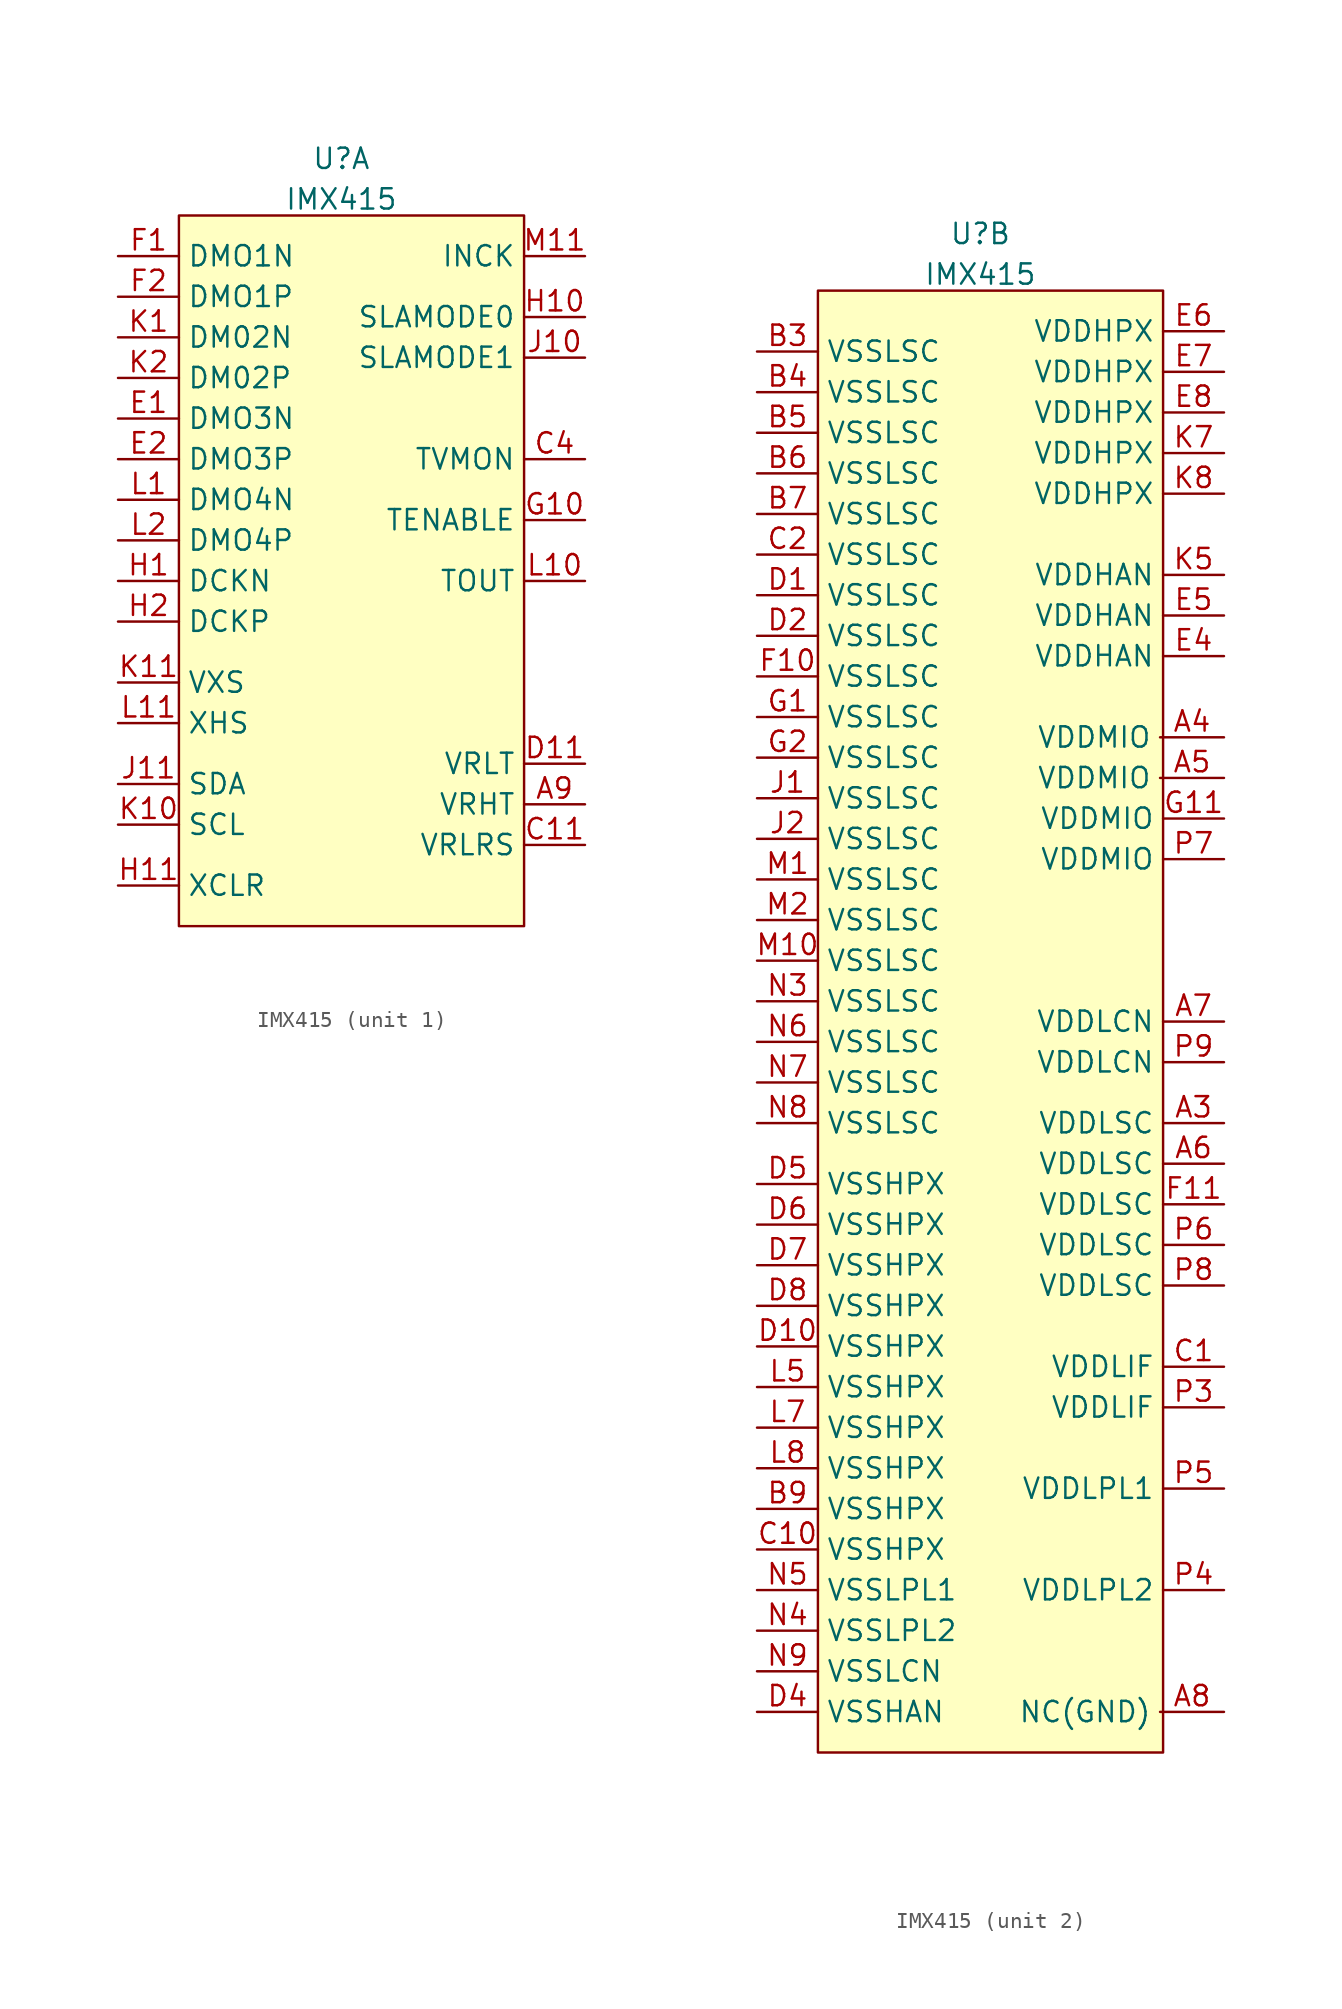
<source format=kicad_sym>
(kicad_symbol_lib
  (version 20241209)
  (generator "kicad_symbol_editor")
  (generator_version "9.0")
  (symbol "IMX415"
    (property "Reference" "U"
      (at 0 3.556 0)
      (effects (font (size 1.27 1.27))))
    (property "Value" "IMX415"
      (at 0 1.016 0)
      (effects (font (size 1.27 1.27))))
    (property "ki_locked" ""
      (at 0 0 0)
      (effects (font (size 1.27 1.27))))
    (symbol "IMX415_1_1"
      (rectangle (start -10.16 0) (end 11.43 -44.45) (stroke (width 0) (type solid)) (fill (type background)))
      (pin bidirectional line (at -13.97 -2.54 0) (length 3.81) (name "DMO1N" (effects (font (size 1.27 1.27)))) (number "F1" (effects (font (size 1.27 1.27)))))
      (pin bidirectional line (at -13.97 -5.08 0) (length 3.81) (name "DMO1P" (effects (font (size 1.27 1.27)))) (number "F2" (effects (font (size 1.27 1.27)))))
      (pin bidirectional line (at -13.97 -7.62 0) (length 3.81) (name "DM02N" (effects (font (size 1.27 1.27)))) (number "K1" (effects (font (size 1.27 1.27)))))
      (pin bidirectional line (at -13.97 -10.16 0) (length 3.81) (name "DM02P" (effects (font (size 1.27 1.27)))) (number "K2" (effects (font (size 1.27 1.27)))))
      (pin bidirectional line (at -13.97 -12.7 0) (length 3.81) (name "DMO3N" (effects (font (size 1.27 1.27)))) (number "E1" (effects (font (size 1.27 1.27)))))
      (pin bidirectional line (at -13.97 -15.24 0) (length 3.81) (name "DMO3P" (effects (font (size 1.27 1.27)))) (number "E2" (effects (font (size 1.27 1.27)))))
      (pin bidirectional line (at -13.97 -17.78 0) (length 3.81) (name "DMO4N" (effects (font (size 1.27 1.27)))) (number "L1" (effects (font (size 1.27 1.27)))))
      (pin bidirectional line (at -13.97 -20.32 0) (length 3.81) (name "DMO4P" (effects (font (size 1.27 1.27)))) (number "L2" (effects (font (size 1.27 1.27)))))
      (pin bidirectional line (at -13.97 -22.86 0) (length 3.81) (name "DCKN" (effects (font (size 1.27 1.27)))) (number "H1" (effects (font (size 1.27 1.27)))))
      (pin bidirectional line (at -13.97 -25.4 0) (length 3.81) (name "DCKP" (effects (font (size 1.27 1.27)))) (number "H2" (effects (font (size 1.27 1.27)))))
      (pin bidirectional line (at -13.97 -29.21 0) (length 3.81) (name "VXS" (effects (font (size 1.27 1.27)))) (number "K11" (effects (font (size 1.27 1.27)))))
      (pin bidirectional line (at -13.97 -31.75 0) (length 3.81) (name "XHS" (effects (font (size 1.27 1.27)))) (number "L11" (effects (font (size 1.27 1.27)))))
      (pin bidirectional line (at -13.97 -35.56 0) (length 3.81) (name "SDA" (effects (font (size 1.27 1.27)))) (number "J11" (effects (font (size 1.27 1.27)))))
      (pin passive line (at -13.97 -38.1 0) (length 3.81) (name "SCL" (effects (font (size 1.27 1.27)))) (number "K10" (effects (font (size 1.27 1.27)))))
      (pin input line (at -13.97 -41.91 0) (length 3.81) (name "XCLR" (effects (font (size 1.27 1.27)))) (number "H11" (effects (font (size 1.27 1.27)))))
      (pin input line (at 15.24 -2.54 180) (length 3.81) (name "INCK" (effects (font (size 1.27 1.27)))) (number "M11" (effects (font (size 1.27 1.27)))))
      (pin passive line (at 15.24 -6.35 180) (length 3.81) (name "SLAMODE0" (effects (font (size 1.27 1.27)))) (number "H10" (effects (font (size 1.27 1.27)))))
      (pin passive line (at 15.24 -8.89 180) (length 3.81) (name "SLAMODE1" (effects (font (size 1.27 1.27)))) (number "J10" (effects (font (size 1.27 1.27)))))
      (pin input line (at 15.24 -15.24 180) (length 3.81) (name "TVMON" (effects (font (size 1.27 1.27)))) (number "C4" (effects (font (size 1.27 1.27)))))
      (pin passive line (at 15.24 -19.05 180) (length 3.81) (name "TENABLE" (effects (font (size 1.27 1.27)))) (number "G10" (effects (font (size 1.27 1.27)))))
      (pin output line (at 15.24 -22.86 180) (length 3.81) (name "TOUT" (effects (font (size 1.27 1.27)))) (number "L10" (effects (font (size 1.27 1.27)))))
      (pin input line (at 15.24 -34.29 180) (length 3.81) (name "VRLT" (effects (font (size 1.27 1.27)))) (number "D11" (effects (font (size 1.27 1.27)))))
      (pin passive line (at 15.24 -36.83 180) (length 3.81) (name "VRHT" (effects (font (size 1.27 1.27)))) (number "A9" (effects (font (size 1.27 1.27)))))
      (pin passive line (at 15.24 -39.37 180) (length 3.81) (name "VRLRS" (effects (font (size 1.27 1.27)))) (number "C11" (effects (font (size 1.27 1.27))))))
    (symbol "IMX415_2_1"
      (rectangle (start -10.16 0) (end 11.43 -91.44) (stroke (width 0) (type solid)) (fill (type background)))
      (pin no_connect line (at -13.97 -1.27 0) (length 4) (hide yes) (name "NC" (effects (font (size 1.27 1.27)))) (number "A1" (effects (font (size 1.27 1.27)))))
      (pin no_connect line (at -13.97 -1.27 0) (length 4) (hide yes) (name "NC" (effects (font (size 1.27 1.27)))) (number "A10" (effects (font (size 1.27 1.27)))))
      (pin no_connect line (at -13.97 -1.27 0) (length 4) (hide yes) (name "NC" (effects (font (size 1.27 1.27)))) (number "A11" (effects (font (size 1.27 1.27)))))
      (pin no_connect line (at -13.97 -1.27 0) (length 4) (hide yes) (name "NC" (effects (font (size 1.27 1.27)))) (number "A2" (effects (font (size 1.27 1.27)))))
      (pin no_connect line (at -13.97 -1.27 0) (length 4) (hide yes) (name "NC" (effects (font (size 1.27 1.27)))) (number "B1" (effects (font (size 1.27 1.27)))))
      (pin no_connect line (at -13.97 -1.27 0) (length 4) (hide yes) (name "NC" (effects (font (size 1.27 1.27)))) (number "B10" (effects (font (size 1.27 1.27)))))
      (pin no_connect line (at -13.97 -1.27 0) (length 4) (hide yes) (name "NC" (effects (font (size 1.27 1.27)))) (number "B11" (effects (font (size 1.27 1.27)))))
      (pin no_connect line (at -13.97 -1.27 0) (length 4) (hide yes) (name "NC" (effects (font (size 1.27 1.27)))) (number "B2" (effects (font (size 1.27 1.27)))))
      (pin no_connect line (at -13.97 -1.27 0) (length 4) (hide yes) (name "NC" (effects (font (size 1.27 1.27)))) (number "N1" (effects (font (size 1.27 1.27)))))
      (pin no_connect line (at -13.97 -1.27 0) (length 4) (hide yes) (name "NC" (effects (font (size 1.27 1.27)))) (number "N10" (effects (font (size 1.27 1.27)))))
      (pin no_connect line (at -13.97 -1.27 0) (length 4) (hide yes) (name "NC" (effects (font (size 1.27 1.27)))) (number "N11" (effects (font (size 1.27 1.27)))))
      (pin no_connect line (at -13.97 -1.27 0) (length 4) (hide yes) (name "NC" (effects (font (size 1.27 1.27)))) (number "N2" (effects (font (size 1.27 1.27)))))
      (pin no_connect line (at -13.97 -1.27 0) (length 4) (hide yes) (name "NC" (effects (font (size 1.27 1.27)))) (number "P1" (effects (font (size 1.27 1.27)))))
      (pin no_connect line (at -13.97 -1.27 0) (length 4) (hide yes) (name "NC" (effects (font (size 1.27 1.27)))) (number "P10" (effects (font (size 1.27 1.27)))))
      (pin no_connect line (at -13.97 -1.27 0) (length 4) (hide yes) (name "NC" (effects (font (size 1.27 1.27)))) (number "P11" (effects (font (size 1.27 1.27)))))
      (pin no_connect line (at -13.97 -1.27 0) (length 4) (hide yes) (name "NC" (effects (font (size 1.27 1.27)))) (number "P2" (effects (font (size 1.27 1.27)))))
      (pin passive line (at -13.97 -3.81 0) (length 3.81) (name "VSSLSC" (effects (font (size 1.27 1.27)))) (number "B3" (effects (font (size 1.27 1.27)))))
      (pin passive line (at -13.97 -6.35 0) (length 3.81) (name "VSSLSC" (effects (font (size 1.27 1.27)))) (number "B4" (effects (font (size 1.27 1.27)))))
      (pin passive line (at -13.97 -8.89 0) (length 3.81) (name "VSSLSC" (effects (font (size 1.27 1.27)))) (number "B5" (effects (font (size 1.27 1.27)))))
      (pin passive line (at -13.97 -11.43 0) (length 3.81) (name "VSSLSC" (effects (font (size 1.27 1.27)))) (number "B6" (effects (font (size 1.27 1.27)))))
      (pin passive line (at -13.97 -13.97 0) (length 3.81) (name "VSSLSC" (effects (font (size 1.27 1.27)))) (number "B7" (effects (font (size 1.27 1.27)))))
      (pin passive line (at -13.97 -16.51 0) (length 3.81) (name "VSSLSC" (effects (font (size 1.27 1.27)))) (number "C2" (effects (font (size 1.27 1.27)))))
      (pin passive line (at -13.97 -19.05 0) (length 3.81) (name "VSSLSC" (effects (font (size 1.27 1.27)))) (number "D1" (effects (font (size 1.27 1.27)))))
      (pin passive line (at -13.97 -21.59 0) (length 3.81) (name "VSSLSC" (effects (font (size 1.27 1.27)))) (number "D2" (effects (font (size 1.27 1.27)))))
      (pin passive line (at -13.97 -24.13 0) (length 3.81) (name "VSSLSC" (effects (font (size 1.27 1.27)))) (number "F10" (effects (font (size 1.27 1.27)))))
      (pin passive line (at -13.97 -26.67 0) (length 3.81) (name "VSSLSC" (effects (font (size 1.27 1.27)))) (number "G1" (effects (font (size 1.27 1.27)))))
      (pin passive line (at -13.97 -29.21 0) (length 3.81) (name "VSSLSC" (effects (font (size 1.27 1.27)))) (number "G2" (effects (font (size 1.27 1.27)))))
      (pin passive line (at -13.97 -31.75 0) (length 3.81) (name "VSSLSC" (effects (font (size 1.27 1.27)))) (number "J1" (effects (font (size 1.27 1.27)))))
      (pin passive line (at -13.97 -34.29 0) (length 3.81) (name "VSSLSC" (effects (font (size 1.27 1.27)))) (number "J2" (effects (font (size 1.27 1.27)))))
      (pin passive line (at -13.97 -36.83 0) (length 3.81) (name "VSSLSC" (effects (font (size 1.27 1.27)))) (number "M1" (effects (font (size 1.27 1.27)))))
      (pin passive line (at -13.97 -39.37 0) (length 3.81) (name "VSSLSC" (effects (font (size 1.27 1.27)))) (number "M2" (effects (font (size 1.27 1.27)))))
      (pin passive line (at -13.97 -41.91 0) (length 3.81) (name "VSSLSC" (effects (font (size 1.27 1.27)))) (number "M10" (effects (font (size 1.27 1.27)))))
      (pin passive line (at -13.97 -44.45 0) (length 3.81) (name "VSSLSC" (effects (font (size 1.27 1.27)))) (number "N3" (effects (font (size 1.27 1.27)))))
      (pin passive line (at -13.97 -46.99 0) (length 3.81) (name "VSSLSC" (effects (font (size 1.27 1.27)))) (number "N6" (effects (font (size 1.27 1.27)))))
      (pin passive line (at -13.97 -49.53 0) (length 3.81) (name "VSSLSC" (effects (font (size 1.27 1.27)))) (number "N7" (effects (font (size 1.27 1.27)))))
      (pin passive line (at -13.97 -52.07 0) (length 3.81) (name "VSSLSC" (effects (font (size 1.27 1.27)))) (number "N8" (effects (font (size 1.27 1.27)))))
      (pin passive line (at -13.97 -55.88 0) (length 3.81) (name "VSSHPX" (effects (font (size 1.27 1.27)))) (number "D5" (effects (font (size 1.27 1.27)))))
      (pin passive line (at -13.97 -58.42 0) (length 3.81) (name "VSSHPX" (effects (font (size 1.27 1.27)))) (number "D6" (effects (font (size 1.27 1.27)))))
      (pin passive line (at -13.97 -60.96 0) (length 3.81) (name "VSSHPX" (effects (font (size 1.27 1.27)))) (number "D7" (effects (font (size 1.27 1.27)))))
      (pin passive line (at -13.97 -63.5 0) (length 3.81) (name "VSSHPX" (effects (font (size 1.27 1.27)))) (number "D8" (effects (font (size 1.27 1.27)))))
      (pin passive line (at -13.97 -66.04 0) (length 3.81) (name "VSSHPX" (effects (font (size 1.27 1.27)))) (number "D10" (effects (font (size 1.27 1.27)))))
      (pin passive line (at -13.97 -68.58 0) (length 3.81) (name "VSSHPX" (effects (font (size 1.27 1.27)))) (number "L5" (effects (font (size 1.27 1.27)))))
      (pin passive line (at -13.97 -71.12 0) (length 3.81) (name "VSSHPX" (effects (font (size 1.27 1.27)))) (number "L7" (effects (font (size 1.27 1.27)))))
      (pin passive line (at -13.97 -73.66 0) (length 3.81) (name "VSSHPX" (effects (font (size 1.27 1.27)))) (number "L8" (effects (font (size 1.27 1.27)))))
      (pin passive line (at -13.97 -76.2 0) (length 3.81) (name "VSSHPX" (effects (font (size 1.27 1.27)))) (number "B9" (effects (font (size 1.27 1.27)))))
      (pin passive line (at -13.97 -78.74 0) (length 3.81) (name "VSSHPX" (effects (font (size 1.27 1.27)))) (number "C10" (effects (font (size 1.27 1.27)))))
      (pin passive line (at -13.97 -81.28 0) (length 3.81) (name "VSSLPL1" (effects (font (size 1.27 1.27)))) (number "N5" (effects (font (size 1.27 1.27)))))
      (pin passive line (at -13.97 -83.82 0) (length 3.81) (name "VSSLPL2" (effects (font (size 1.27 1.27)))) (number "N4" (effects (font (size 1.27 1.27)))))
      (pin passive line (at -13.97 -86.36 0) (length 3.81) (name "VSSLCN" (effects (font (size 1.27 1.27)))) (number "N9" (effects (font (size 1.27 1.27)))))
      (pin passive line (at -13.97 -88.9 0) (length 3.81) (name "VSSHAN" (effects (font (size 1.27 1.27)))) (number "D4" (effects (font (size 1.27 1.27)))))
      (pin passive line (at 15.24 -2.54 180) (length 3.81) (name "VDDHPX" (effects (font (size 1.27 1.27)))) (number "E6" (effects (font (size 1.27 1.27)))))
      (pin passive line (at 15.24 -5.08 180) (length 3.81) (name "VDDHPX" (effects (font (size 1.27 1.27)))) (number "E7" (effects (font (size 1.27 1.27)))))
      (pin passive line (at 15.24 -7.62 180) (length 3.81) (name "VDDHPX" (effects (font (size 1.27 1.27)))) (number "E8" (effects (font (size 1.27 1.27)))))
      (pin passive line (at 15.24 -10.16 180) (length 3.81) (name "VDDHPX" (effects (font (size 1.27 1.27)))) (number "K7" (effects (font (size 1.27 1.27)))))
      (pin passive line (at 15.24 -12.7 180) (length 3.81) (name "VDDHPX" (effects (font (size 1.27 1.27)))) (number "K8" (effects (font (size 1.27 1.27)))))
      (pin passive line (at 15.24 -17.78 180) (length 3.81) (name "VDDHAN" (effects (font (size 1.27 1.27)))) (number "K5" (effects (font (size 1.27 1.27)))))
      (pin passive line (at 15.24 -20.32 180) (length 3.81) (name "VDDHAN" (effects (font (size 1.27 1.27)))) (number "E5" (effects (font (size 1.27 1.27)))))
      (pin passive line (at 15.24 -22.86 180) (length 3.81) (name "VDDHAN" (effects (font (size 1.27 1.27)))) (number "E4" (effects (font (size 1.27 1.27)))))
      (pin power_in line (at 15.24 -27.94 180) (length 4) (name "VDDMIO" (effects (font (size 1.27 1.27)))) (number "A4" (effects (font (size 1.27 1.27)))))
      (pin power_in line (at 15.24 -30.48 180) (length 4) (name "VDDMIO" (effects (font (size 1.27 1.27)))) (number "A5" (effects (font (size 1.27 1.27)))))
      (pin passive line (at 15.24 -33.02 180) (length 3.81) (name "VDDMIO" (effects (font (size 1.27 1.27)))) (number "G11" (effects (font (size 1.27 1.27)))))
      (pin passive line (at 15.24 -35.56 180) (length 3.81) (name "VDDMIO" (effects (font (size 1.27 1.27)))) (number "P7" (effects (font (size 1.27 1.27)))))
      (pin power_in line (at 15.24 -45.72 180) (length 3.81) (name "VDDLCN" (effects (font (size 1.27 1.27)))) (number "A7" (effects (font (size 1.27 1.27)))))
      (pin passive line (at 15.24 -48.26 180) (length 3.81) (name "VDDLCN" (effects (font (size 1.27 1.27)))) (number "P9" (effects (font (size 1.27 1.27)))))
      (pin power_in line (at 15.24 -52.07 180) (length 3.81) (name "VDDLSC" (effects (font (size 1.27 1.27)))) (number "A3" (effects (font (size 1.27 1.27)))))
      (pin power_in line (at 15.24 -54.61 180) (length 3.81) (name "VDDLSC" (effects (font (size 1.27 1.27)))) (number "A6" (effects (font (size 1.27 1.27)))))
      (pin passive line (at 15.24 -57.15 180) (length 3.81) (name "VDDLSC" (effects (font (size 1.27 1.27)))) (number "F11" (effects (font (size 1.27 1.27)))))
      (pin passive line (at 15.24 -59.69 180) (length 3.81) (name "VDDLSC" (effects (font (size 1.27 1.27)))) (number "P6" (effects (font (size 1.27 1.27)))))
      (pin passive line (at 15.24 -62.23 180) (length 3.81) (name "VDDLSC" (effects (font (size 1.27 1.27)))) (number "P8" (effects (font (size 1.27 1.27)))))
      (pin power_in line (at 15.24 -67.31 180) (length 3.81) (name "VDDLIF" (effects (font (size 1.27 1.27)))) (number "C1" (effects (font (size 1.27 1.27)))))
      (pin passive line (at 15.24 -69.85 180) (length 3.81) (name "VDDLIF" (effects (font (size 1.27 1.27)))) (number "P3" (effects (font (size 1.27 1.27)))))
      (pin passive line (at 15.24 -74.93 180) (length 3.81) (name "VDDLPL1" (effects (font (size 1.27 1.27)))) (number "P5" (effects (font (size 1.27 1.27)))))
      (pin passive line (at 15.24 -81.28 180) (length 3.81) (name "VDDLPL2" (effects (font (size 1.27 1.27)))) (number "P4" (effects (font (size 1.27 1.27)))))
      (pin passive line (at 15.24 -88.9 180) (length 4) (name "NC(GND)" (effects (font (size 1.27 1.27)))) (number "A8" (effects (font (size 1.27 1.27)))))
      (pin passive line (at 15.24 -88.9 180) (length 3.81) (hide yes) (name "NC(GND)" (effects (font (size 1.27 1.27)))) (number "B8" (effects (font (size 1.27 1.27)))))
      (pin passive line (at 15.24 -88.9 180) (length 3.81) (hide yes) (name "NC(GND)" (effects (font (size 1.27 1.27)))) (number "C3" (effects (font (size 1.27 1.27)))))
      (pin passive line (at 15.24 -88.9 180) (length 3.81) (hide yes) (name "NC(GND)" (effects (font (size 1.27 1.27)))) (number "C5" (effects (font (size 1.27 1.27)))))
      (pin passive line (at 15.24 -88.9 180) (length 3.81) (hide yes) (name "NC(GND)" (effects (font (size 1.27 1.27)))) (number "C6" (effects (font (size 1.27 1.27)))))
      (pin passive line (at 15.24 -88.9 180) (length 3.81) (hide yes) (name "NC(GND)" (effects (font (size 1.27 1.27)))) (number "C7" (effects (font (size 1.27 1.27)))))
      (pin passive line (at 15.24 -88.9 180) (length 3.81) (hide yes) (name "NC(GND)" (effects (font (size 1.27 1.27)))) (number "C8" (effects (font (size 1.27 1.27)))))
      (pin passive line (at 15.24 -88.9 180) (length 3.81) (hide yes) (name "NC(GND)" (effects (font (size 1.27 1.27)))) (number "C9" (effects (font (size 1.27 1.27)))))
      (pin passive line (at 15.24 -88.9 180) (length 3.81) (hide yes) (name "NC(GND)" (effects (font (size 1.27 1.27)))) (number "D3" (effects (font (size 1.27 1.27)))))
      (pin passive line (at 15.24 -88.9 180) (length 3.81) (hide yes) (name "NC(GND)" (effects (font (size 1.27 1.27)))) (number "D9" (effects (font (size 1.27 1.27)))))
      (pin passive line (at 15.24 -88.9 180) (length 3.81) (hide yes) (name "NC(GND)" (effects (font (size 1.27 1.27)))) (number "E10" (effects (font (size 1.27 1.27)))))
      (pin passive line (at 15.24 -88.9 180) (length 3.81) (hide yes) (name "NC(GND)" (effects (font (size 1.27 1.27)))) (number "E11" (effects (font (size 1.27 1.27)))))
      (pin passive line (at 15.24 -88.9 180) (length 3.81) (hide yes) (name "NC(GND)" (effects (font (size 1.27 1.27)))) (number "E3" (effects (font (size 1.27 1.27)))))
      (pin passive line (at 15.24 -88.9 180) (length 3.81) (hide yes) (name "NC(GND)" (effects (font (size 1.27 1.27)))) (number "E9" (effects (font (size 1.27 1.27)))))
      (pin passive line (at 15.24 -88.9 180) (length 3.81) (hide yes) (name "NC(GND)" (effects (font (size 1.27 1.27)))) (number "K3" (effects (font (size 1.27 1.27)))))
      (pin passive line (at 15.24 -88.9 180) (length 3.81) (hide yes) (name "NC(GND)" (effects (font (size 1.27 1.27)))) (number "K4" (effects (font (size 1.27 1.27)))))
      (pin passive line (at 15.24 -88.9 180) (length 3.81) (hide yes) (name "NC(GND)" (effects (font (size 1.27 1.27)))) (number "K6" (effects (font (size 1.27 1.27)))))
      (pin passive line (at 15.24 -88.9 180) (length 3.81) (hide yes) (name "NC(GND)" (effects (font (size 1.27 1.27)))) (number "K9" (effects (font (size 1.27 1.27)))))
      (pin passive line (at 15.24 -88.9 180) (length 3.81) (hide yes) (name "NC(GND)" (effects (font (size 1.27 1.27)))) (number "L3" (effects (font (size 1.27 1.27)))))
      (pin passive line (at 15.24 -88.9 180) (length 3.81) (hide yes) (name "NC(GND)" (effects (font (size 1.27 1.27)))) (number "L4" (effects (font (size 1.27 1.27)))))
      (pin passive line (at 15.24 -88.9 180) (length 3.81) (hide yes) (name "NC(GND)" (effects (font (size 1.27 1.27)))) (number "L6" (effects (font (size 1.27 1.27)))))
      (pin passive line (at 15.24 -88.9 180) (length 3.81) (hide yes) (name "NC(GND)" (effects (font (size 1.27 1.27)))) (number "L9" (effects (font (size 1.27 1.27)))))
      (pin passive line (at 15.24 -88.9 180) (length 3.81) (hide yes) (name "NC(GND)" (effects (font (size 1.27 1.27)))) (number "M3" (effects (font (size 1.27 1.27)))))
      (pin passive line (at 15.24 -88.9 180) (length 3.81) (hide yes) (name "NC(GND)" (effects (font (size 1.27 1.27)))) (number "M4" (effects (font (size 1.27 1.27)))))
      (pin passive line (at 15.24 -88.9 180) (length 3.81) (hide yes) (name "NC(GND)" (effects (font (size 1.27 1.27)))) (number "M5" (effects (font (size 1.27 1.27)))))
      (pin passive line (at 15.24 -88.9 180) (length 3.81) (hide yes) (name "NC(GND)" (effects (font (size 1.27 1.27)))) (number "M6" (effects (font (size 1.27 1.27)))))
      (pin passive line (at 15.24 -88.9 180) (length 3.81) (hide yes) (name "NC(GND)" (effects (font (size 1.27 1.27)))) (number "M7" (effects (font (size 1.27 1.27)))))
      (pin passive line (at 15.24 -88.9 180) (length 3.81) (hide yes) (name "NC(GND)" (effects (font (size 1.27 1.27)))) (number "M8" (effects (font (size 1.27 1.27)))))
      (pin passive line (at 15.24 -88.9 180) (length 3.81) (hide yes) (name "NC(GND)" (effects (font (size 1.27 1.27)))) (number "M9" (effects (font (size 1.27 1.27))))))))
</source>
